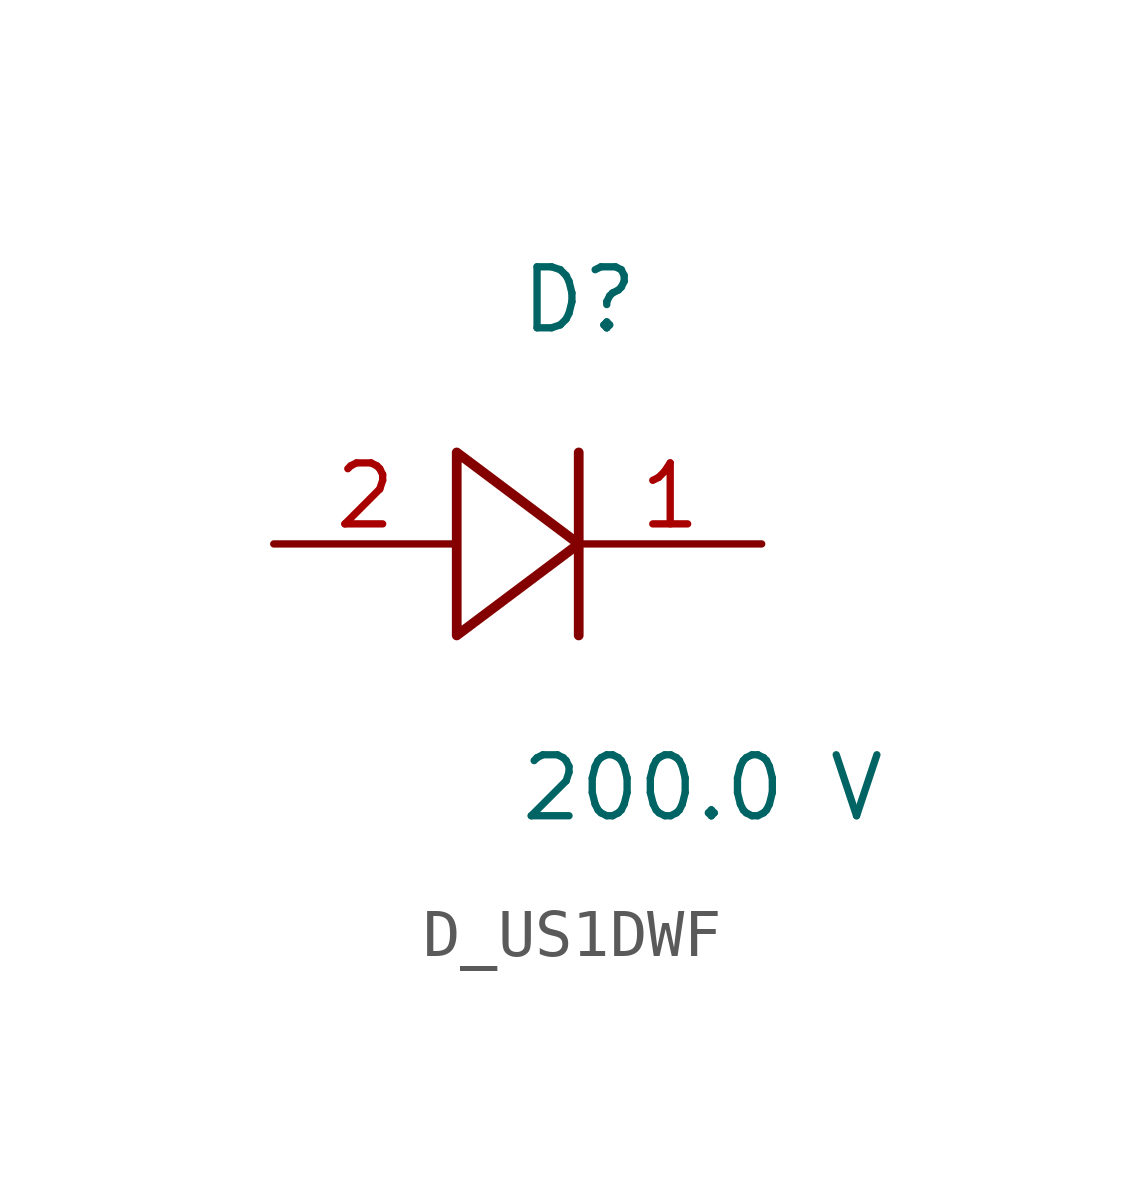
<source format=kicad_sym>
(kicad_symbol_lib
  (version 20231120)
  (generator kicad_symbol_editor)
  (generator_version 8.0)
  (symbol "D_US1DWF"
    (pin_names
      (offset 0.254))
    (property "Reference" "D"
      (at 0 5.08 0)
      (effects (font (size 1.27 1.27)) (justify left)))
    (property "Value" "200.0 V"
      (at 0 -5.08 0)
      (effects (font (size 1.27 1.27)) (justify left)))
    (symbol "D_US1DWF_1_0"
      (polyline (pts (xy 1.27 1.905) (xy 1.27 0) (xy -1.27 1.905) (xy -1.27 -1.905) (xy 1.27 0) (xy 1.27 -1.905)) (stroke (width 0.203) (type default)) (fill (type none)))
      (pin unspecified line (at 5.08 0 180) (length 3.81) (name "" (effects (font (size 1.27 1.27)))) (number "1" (effects (font (size 1.27 1.27)))))
      (pin unspecified line (at -5.08 0 0) (length 3.81) (name "" (effects (font (size 1.27 1.27)))) (number "2" (effects (font (size 1.27 1.27))))))))
</source>
